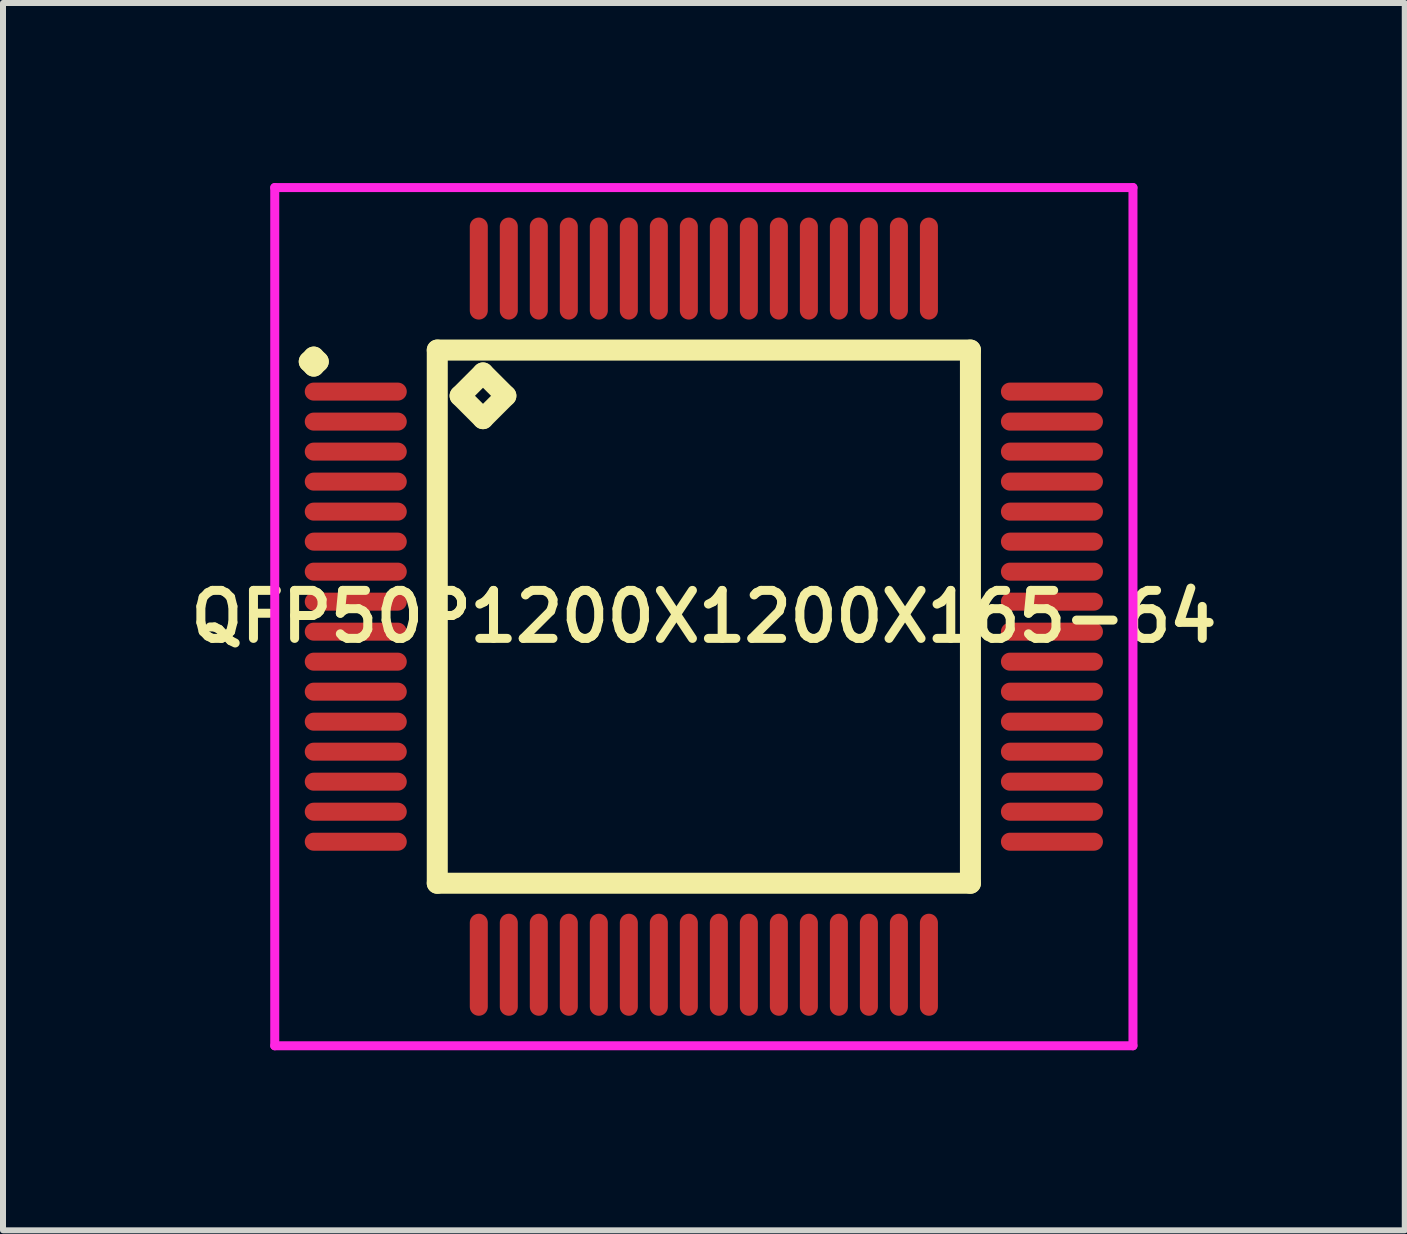
<source format=kicad_pcb>
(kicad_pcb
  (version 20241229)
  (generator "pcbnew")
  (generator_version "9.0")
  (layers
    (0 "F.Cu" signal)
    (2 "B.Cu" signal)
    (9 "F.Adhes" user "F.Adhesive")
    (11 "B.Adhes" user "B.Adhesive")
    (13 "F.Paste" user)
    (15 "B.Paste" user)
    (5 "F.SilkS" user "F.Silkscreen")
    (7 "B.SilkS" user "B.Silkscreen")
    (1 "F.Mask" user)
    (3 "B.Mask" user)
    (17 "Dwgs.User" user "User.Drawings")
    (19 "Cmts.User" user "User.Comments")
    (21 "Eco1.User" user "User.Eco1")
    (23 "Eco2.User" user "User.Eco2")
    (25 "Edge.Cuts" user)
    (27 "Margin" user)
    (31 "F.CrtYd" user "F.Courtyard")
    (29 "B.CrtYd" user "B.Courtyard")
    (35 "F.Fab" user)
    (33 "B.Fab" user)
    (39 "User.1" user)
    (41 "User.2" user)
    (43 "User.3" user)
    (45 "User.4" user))
  (footprint "QFP50P1200X1200X165-64"
    (layer "F.Cu")
    (at 8.678 7.225)
    (property "Reference" "QFP50P1200X1200X165-64" (at 0 0 0) (layer "F.SilkS") (effects (font (size 0.8 0.8) (thickness 0.15))))
    (attr through_hole)
    (fp_line (start -6.575 -4.25) (end -6.5 -4.325) (stroke (width 0.35) (type solid)) (layer "F.SilkS"))
    (fp_line (start -6.5 -4.325) (end -6.425 -4.25) (stroke (width 0.35) (type solid)) (layer "F.SilkS"))
    (fp_line (start -6.5 -4.175) (end -6.575 -4.25) (stroke (width 0.35) (type solid)) (layer "F.SilkS"))
    (fp_line (start -6.425 -4.25) (end -6.5 -4.175) (stroke (width 0.35) (type solid)) (layer "F.SilkS"))
    (fp_line (start -4.442 -4.442) (end -4.442 4.442) (stroke (width 0.35) (type solid)) (layer "F.SilkS"))
    (fp_line (start -4.442 4.442) (end 4.442 4.442) (stroke (width 0.35) (type solid)) (layer "F.SilkS"))
    (fp_line (start -4.061 -3.68) (end -3.68 -4.061) (stroke (width 0.35) (type solid)) (layer "F.SilkS"))
    (fp_line (start -3.68 -4.061) (end -3.299 -3.68) (stroke (width 0.35) (type solid)) (layer "F.SilkS"))
    (fp_line (start -3.68 -3.299) (end -4.061 -3.68) (stroke (width 0.35) (type solid)) (layer "F.SilkS"))
    (fp_line (start -3.299 -3.68) (end -3.68 -3.299) (stroke (width 0.35) (type solid)) (layer "F.SilkS"))
    (fp_line (start 4.442 -4.442) (end -4.442 -4.442) (stroke (width 0.35) (type solid)) (layer "F.SilkS"))
    (fp_line (start 4.442 4.442) (end 4.442 -4.442) (stroke (width 0.35) (type solid)) (layer "F.SilkS"))
    (fp_line (start -7.15 -7.15) (end 7.15 -7.15) (stroke (width 0.15) (type solid)) (layer "F.CrtYd"))
    (fp_line (start -7.15 7.15) (end -7.15 -7.15) (stroke (width 0.15) (type solid)) (layer "F.CrtYd"))
    (fp_line (start 7.15 -7.15) (end 7.15 7.15) (stroke (width 0.15) (type solid)) (layer "F.CrtYd"))
    (fp_line (start 7.15 7.15) (end -7.15 7.15) (stroke (width 0.15) (type solid)) (layer "F.CrtYd"))
    (pad "1" smd oval (at -5.8 -3.75) (size 1.7 0.3) (layers "F.Cu" "F.Mask" "F.Paste"))
    (pad "2" smd oval (at -5.8 -3.25) (size 1.7 0.3) (layers "F.Cu" "F.Mask" "F.Paste"))
    (pad "3" smd oval (at -5.8 -2.75) (size 1.7 0.3) (layers "F.Cu" "F.Mask" "F.Paste"))
    (pad "4" smd oval (at -5.8 -2.25) (size 1.7 0.3) (layers "F.Cu" "F.Mask" "F.Paste"))
    (pad "5" smd oval (at -5.8 -1.75) (size 1.7 0.3) (layers "F.Cu" "F.Mask" "F.Paste"))
    (pad "6" smd oval (at -5.8 -1.25) (size 1.7 0.3) (layers "F.Cu" "F.Mask" "F.Paste"))
    (pad "7" smd oval (at -5.8 -0.75) (size 1.7 0.3) (layers "F.Cu" "F.Mask" "F.Paste"))
    (pad "8" smd oval (at -5.8 -0.25) (size 1.7 0.3) (layers "F.Cu" "F.Mask" "F.Paste"))
    (pad "9" smd oval (at -5.8 0.25) (size 1.7 0.3) (layers "F.Cu" "F.Mask" "F.Paste"))
    (pad "10" smd oval (at -5.8 0.75) (size 1.7 0.3) (layers "F.Cu" "F.Mask" "F.Paste"))
    (pad "11" smd oval (at -5.8 1.25) (size 1.7 0.3) (layers "F.Cu" "F.Mask" "F.Paste"))
    (pad "12" smd oval (at -5.8 1.75) (size 1.7 0.3) (layers "F.Cu" "F.Mask" "F.Paste"))
    (pad "13" smd oval (at -5.8 2.25) (size 1.7 0.3) (layers "F.Cu" "F.Mask" "F.Paste"))
    (pad "14" smd oval (at -5.8 2.75) (size 1.7 0.3) (layers "F.Cu" "F.Mask" "F.Paste"))
    (pad "15" smd oval (at -5.8 3.25) (size 1.7 0.3) (layers "F.Cu" "F.Mask" "F.Paste"))
    (pad "16" smd oval (at -5.8 3.75) (size 1.7 0.3) (layers "F.Cu" "F.Mask" "F.Paste"))
    (pad "17" smd oval (at -3.75 5.8) (size 0.3 1.7) (layers "F.Cu" "F.Mask" "F.Paste"))
    (pad "18" smd oval (at -3.25 5.8) (size 0.3 1.7) (layers "F.Cu" "F.Mask" "F.Paste"))
    (pad "19" smd oval (at -2.75 5.8) (size 0.3 1.7) (layers "F.Cu" "F.Mask" "F.Paste"))
    (pad "20" smd oval (at -2.25 5.8) (size 0.3 1.7) (layers "F.Cu" "F.Mask" "F.Paste"))
    (pad "21" smd oval (at -1.75 5.8) (size 0.3 1.7) (layers "F.Cu" "F.Mask" "F.Paste"))
    (pad "22" smd oval (at -1.25 5.8) (size 0.3 1.7) (layers "F.Cu" "F.Mask" "F.Paste"))
    (pad "23" smd oval (at -0.75 5.8) (size 0.3 1.7) (layers "F.Cu" "F.Mask" "F.Paste"))
    (pad "24" smd oval (at -0.25 5.8) (size 0.3 1.7) (layers "F.Cu" "F.Mask" "F.Paste"))
    (pad "25" smd oval (at 0.25 5.8) (size 0.3 1.7) (layers "F.Cu" "F.Mask" "F.Paste"))
    (pad "26" smd oval (at 0.75 5.8) (size 0.3 1.7) (layers "F.Cu" "F.Mask" "F.Paste"))
    (pad "27" smd oval (at 1.25 5.8) (size 0.3 1.7) (layers "F.Cu" "F.Mask" "F.Paste"))
    (pad "28" smd oval (at 1.75 5.8) (size 0.3 1.7) (layers "F.Cu" "F.Mask" "F.Paste"))
    (pad "29" smd oval (at 2.25 5.8) (size 0.3 1.7) (layers "F.Cu" "F.Mask" "F.Paste"))
    (pad "30" smd oval (at 2.75 5.8) (size 0.3 1.7) (layers "F.Cu" "F.Mask" "F.Paste"))
    (pad "31" smd oval (at 3.25 5.8) (size 0.3 1.7) (layers "F.Cu" "F.Mask" "F.Paste"))
    (pad "32" smd oval (at 3.75 5.8) (size 0.3 1.7) (layers "F.Cu" "F.Mask" "F.Paste"))
    (pad "33" smd oval (at 5.8 3.75) (size 1.7 0.3) (layers "F.Cu" "F.Mask" "F.Paste"))
    (pad "34" smd oval (at 5.8 3.25) (size 1.7 0.3) (layers "F.Cu" "F.Mask" "F.Paste"))
    (pad "35" smd oval (at 5.8 2.75) (size 1.7 0.3) (layers "F.Cu" "F.Mask" "F.Paste"))
    (pad "36" smd oval (at 5.8 2.25) (size 1.7 0.3) (layers "F.Cu" "F.Mask" "F.Paste"))
    (pad "37" smd oval (at 5.8 1.75) (size 1.7 0.3) (layers "F.Cu" "F.Mask" "F.Paste"))
    (pad "38" smd oval (at 5.8 1.25) (size 1.7 0.3) (layers "F.Cu" "F.Mask" "F.Paste"))
    (pad "39" smd oval (at 5.8 0.75) (size 1.7 0.3) (layers "F.Cu" "F.Mask" "F.Paste"))
    (pad "40" smd oval (at 5.8 0.25) (size 1.7 0.3) (layers "F.Cu" "F.Mask" "F.Paste"))
    (pad "41" smd oval (at 5.8 -0.25) (size 1.7 0.3) (layers "F.Cu" "F.Mask" "F.Paste"))
    (pad "42" smd oval (at 5.8 -0.75) (size 1.7 0.3) (layers "F.Cu" "F.Mask" "F.Paste"))
    (pad "43" smd oval (at 5.8 -1.25) (size 1.7 0.3) (layers "F.Cu" "F.Mask" "F.Paste"))
    (pad "44" smd oval (at 5.8 -1.75) (size 1.7 0.3) (layers "F.Cu" "F.Mask" "F.Paste"))
    (pad "45" smd oval (at 5.8 -2.25) (size 1.7 0.3) (layers "F.Cu" "F.Mask" "F.Paste"))
    (pad "46" smd oval (at 5.8 -2.75) (size 1.7 0.3) (layers "F.Cu" "F.Mask" "F.Paste"))
    (pad "47" smd oval (at 5.8 -3.25) (size 1.7 0.3) (layers "F.Cu" "F.Mask" "F.Paste"))
    (pad "48" smd oval (at 5.8 -3.75) (size 1.7 0.3) (layers "F.Cu" "F.Mask" "F.Paste"))
    (pad "49" smd oval (at 3.75 -5.8) (size 0.3 1.7) (layers "F.Cu" "F.Mask" "F.Paste"))
    (pad "50" smd oval (at 3.25 -5.8) (size 0.3 1.7) (layers "F.Cu" "F.Mask" "F.Paste"))
    (pad "51" smd oval (at 2.75 -5.8) (size 0.3 1.7) (layers "F.Cu" "F.Mask" "F.Paste"))
    (pad "52" smd oval (at 2.25 -5.8) (size 0.3 1.7) (layers "F.Cu" "F.Mask" "F.Paste"))
    (pad "53" smd oval (at 1.75 -5.8) (size 0.3 1.7) (layers "F.Cu" "F.Mask" "F.Paste"))
    (pad "54" smd oval (at 1.25 -5.8) (size 0.3 1.7) (layers "F.Cu" "F.Mask" "F.Paste"))
    (pad "55" smd oval (at 0.75 -5.8) (size 0.3 1.7) (layers "F.Cu" "F.Mask" "F.Paste"))
    (pad "56" smd oval (at 0.25 -5.8) (size 0.3 1.7) (layers "F.Cu" "F.Mask" "F.Paste"))
    (pad "57" smd oval (at -0.25 -5.8) (size 0.3 1.7) (layers "F.Cu" "F.Mask" "F.Paste"))
    (pad "58" smd oval (at -0.75 -5.8) (size 0.3 1.7) (layers "F.Cu" "F.Mask" "F.Paste"))
    (pad "59" smd oval (at -1.25 -5.8) (size 0.3 1.7) (layers "F.Cu" "F.Mask" "F.Paste"))
    (pad "60" smd oval (at -1.75 -5.8) (size 0.3 1.7) (layers "F.Cu" "F.Mask" "F.Paste"))
    (pad "61" smd oval (at -2.25 -5.8) (size 0.3 1.7) (layers "F.Cu" "F.Mask" "F.Paste"))
    (pad "62" smd oval (at -2.75 -5.8) (size 0.3 1.7) (layers "F.Cu" "F.Mask" "F.Paste"))
    (pad "63" smd oval (at -3.25 -5.8) (size 0.3 1.7) (layers "F.Cu" "F.Mask" "F.Paste"))
    (pad "64" smd oval (at -3.75 -5.8) (size 0.3 1.7) (layers "F.Cu" "F.Mask" "F.Paste")))
  (gr_rect
    (start -3 -3)
    (end 20.357 17.45)
    (stroke (width 0.1) (type default))
    (fill no)
    (layer "Edge.Cuts")))
</source>
